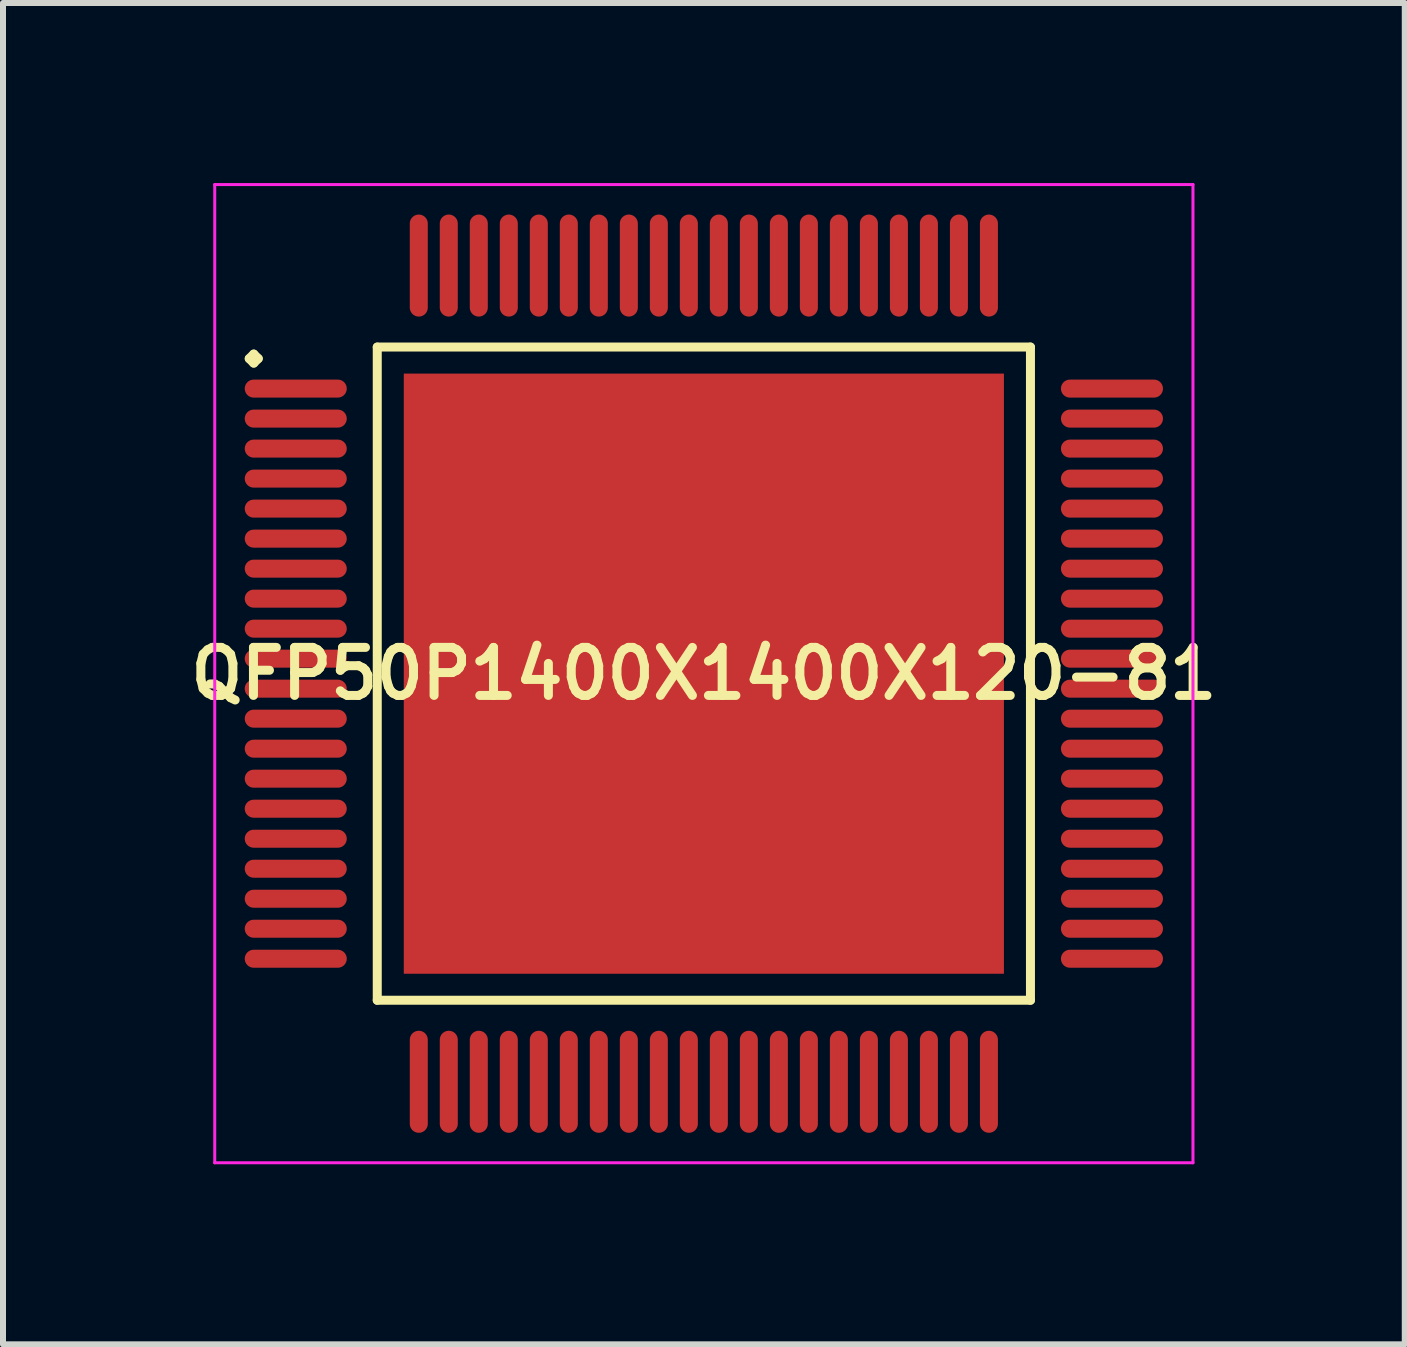
<source format=kicad_pcb>
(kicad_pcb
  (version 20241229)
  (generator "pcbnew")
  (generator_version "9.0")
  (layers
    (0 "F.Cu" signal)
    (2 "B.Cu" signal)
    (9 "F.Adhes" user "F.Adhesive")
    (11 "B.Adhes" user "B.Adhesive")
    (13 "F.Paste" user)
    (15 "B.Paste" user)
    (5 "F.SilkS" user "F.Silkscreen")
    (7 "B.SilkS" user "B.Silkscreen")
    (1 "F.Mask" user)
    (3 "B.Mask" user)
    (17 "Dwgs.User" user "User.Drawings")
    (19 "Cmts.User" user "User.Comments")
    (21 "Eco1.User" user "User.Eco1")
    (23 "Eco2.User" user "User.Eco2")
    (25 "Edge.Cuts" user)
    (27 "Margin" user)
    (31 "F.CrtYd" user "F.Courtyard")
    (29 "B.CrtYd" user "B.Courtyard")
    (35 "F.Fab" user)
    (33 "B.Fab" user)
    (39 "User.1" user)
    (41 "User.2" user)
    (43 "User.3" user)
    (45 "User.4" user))
  (footprint "QFP50P1400X1400X120-81"
    (layer "F.Cu")
    (at 8.678 8.175)
    (property "Reference" "QFP50P1400X1400X120-81" (at 0 0 0) (layer "F.SilkS") (effects (font (size 0.8 0.8) (thickness 0.15))))
    (attr smd)
    (fp_line (start -7.575 -5.25) (end -7.5 -5.325) (stroke (width 0.15) (type solid)) (layer "F.SilkS"))
    (fp_line (start -7.5 -5.325) (end -7.425 -5.25) (stroke (width 0.15) (type solid)) (layer "F.SilkS"))
    (fp_line (start -7.5 -5.175) (end -7.575 -5.25) (stroke (width 0.15) (type solid)) (layer "F.SilkS"))
    (fp_line (start -7.425 -5.25) (end -7.5 -5.175) (stroke (width 0.15) (type solid)) (layer "F.SilkS"))
    (fp_line (start -5.442 -5.442) (end -5.442 5.442) (stroke (width 0.15) (type solid)) (layer "F.SilkS"))
    (fp_line (start -5.442 5.442) (end 5.442 5.442) (stroke (width 0.15) (type solid)) (layer "F.SilkS"))
    (fp_line (start 5.442 -5.442) (end -5.442 -5.442) (stroke (width 0.15) (type solid)) (layer "F.SilkS"))
    (fp_line (start 5.442 5.442) (end 5.442 -5.442) (stroke (width 0.15) (type solid)) (layer "F.SilkS"))
    (fp_line (start -8.15 -8.15) (end 8.15 -8.15) (stroke (width 0.05) (type solid)) (layer "F.CrtYd"))
    (fp_line (start -8.15 8.15) (end -8.15 -8.15) (stroke (width 0.05) (type solid)) (layer "F.CrtYd"))
    (fp_line (start 8.15 -8.15) (end 8.15 8.15) (stroke (width 0.05) (type solid)) (layer "F.CrtYd"))
    (fp_line (start 8.15 8.15) (end -8.15 8.15) (stroke (width 0.05) (type solid)) (layer "F.CrtYd"))
    (pad "1" smd oval (at -6.8 -4.75) (size 1.7 0.3) (layers "F.Cu" "F.Mask" "F.Paste"))
    (pad "2" smd oval (at -6.8 -4.25) (size 1.7 0.3) (layers "F.Cu" "F.Mask" "F.Paste"))
    (pad "3" smd oval (at -6.8 -3.75) (size 1.7 0.3) (layers "F.Cu" "F.Mask" "F.Paste"))
    (pad "4" smd oval (at -6.8 -3.25) (size 1.7 0.3) (layers "F.Cu" "F.Mask" "F.Paste"))
    (pad "5" smd oval (at -6.8 -2.75) (size 1.7 0.3) (layers "F.Cu" "F.Mask" "F.Paste"))
    (pad "6" smd oval (at -6.8 -2.25) (size 1.7 0.3) (layers "F.Cu" "F.Mask" "F.Paste"))
    (pad "7" smd oval (at -6.8 -1.75) (size 1.7 0.3) (layers "F.Cu" "F.Mask" "F.Paste"))
    (pad "8" smd oval (at -6.8 -1.25) (size 1.7 0.3) (layers "F.Cu" "F.Mask" "F.Paste"))
    (pad "9" smd oval (at -6.8 -0.75) (size 1.7 0.3) (layers "F.Cu" "F.Mask" "F.Paste"))
    (pad "10" smd oval (at -6.8 -0.25) (size 1.7 0.3) (layers "F.Cu" "F.Mask" "F.Paste"))
    (pad "11" smd oval (at -6.8 0.25) (size 1.7 0.3) (layers "F.Cu" "F.Mask" "F.Paste"))
    (pad "12" smd oval (at -6.8 0.75) (size 1.7 0.3) (layers "F.Cu" "F.Mask" "F.Paste"))
    (pad "13" smd oval (at -6.8 1.25) (size 1.7 0.3) (layers "F.Cu" "F.Mask" "F.Paste"))
    (pad "14" smd oval (at -6.8 1.75) (size 1.7 0.3) (layers "F.Cu" "F.Mask" "F.Paste"))
    (pad "15" smd oval (at -6.8 2.25) (size 1.7 0.3) (layers "F.Cu" "F.Mask" "F.Paste"))
    (pad "16" smd oval (at -6.8 2.75) (size 1.7 0.3) (layers "F.Cu" "F.Mask" "F.Paste"))
    (pad "17" smd oval (at -6.8 3.25) (size 1.7 0.3) (layers "F.Cu" "F.Mask" "F.Paste"))
    (pad "18" smd oval (at -6.8 3.75) (size 1.7 0.3) (layers "F.Cu" "F.Mask" "F.Paste"))
    (pad "19" smd oval (at -6.8 4.25) (size 1.7 0.3) (layers "F.Cu" "F.Mask" "F.Paste"))
    (pad "20" smd oval (at -6.8 4.75) (size 1.7 0.3) (layers "F.Cu" "F.Mask" "F.Paste"))
    (pad "21" smd oval (at -4.75 6.8) (size 0.3 1.7) (layers "F.Cu" "F.Mask" "F.Paste"))
    (pad "22" smd oval (at -4.25 6.8) (size 0.3 1.7) (layers "F.Cu" "F.Mask" "F.Paste"))
    (pad "23" smd oval (at -3.75 6.8) (size 0.3 1.7) (layers "F.Cu" "F.Mask" "F.Paste"))
    (pad "24" smd oval (at -3.25 6.8) (size 0.3 1.7) (layers "F.Cu" "F.Mask" "F.Paste"))
    (pad "25" smd oval (at -2.75 6.8) (size 0.3 1.7) (layers "F.Cu" "F.Mask" "F.Paste"))
    (pad "26" smd oval (at -2.25 6.8) (size 0.3 1.7) (layers "F.Cu" "F.Mask" "F.Paste"))
    (pad "27" smd oval (at -1.75 6.8) (size 0.3 1.7) (layers "F.Cu" "F.Mask" "F.Paste"))
    (pad "28" smd oval (at -1.25 6.8) (size 0.3 1.7) (layers "F.Cu" "F.Mask" "F.Paste"))
    (pad "29" smd oval (at -0.75 6.8) (size 0.3 1.7) (layers "F.Cu" "F.Mask" "F.Paste"))
    (pad "30" smd oval (at -0.25 6.8) (size 0.3 1.7) (layers "F.Cu" "F.Mask" "F.Paste"))
    (pad "31" smd oval (at 0.25 6.8) (size 0.3 1.7) (layers "F.Cu" "F.Mask" "F.Paste"))
    (pad "32" smd oval (at 0.75 6.8) (size 0.3 1.7) (layers "F.Cu" "F.Mask" "F.Paste"))
    (pad "33" smd oval (at 1.25 6.8) (size 0.3 1.7) (layers "F.Cu" "F.Mask" "F.Paste"))
    (pad "34" smd oval (at 1.75 6.8) (size 0.3 1.7) (layers "F.Cu" "F.Mask" "F.Paste"))
    (pad "35" smd oval (at 2.25 6.8) (size 0.3 1.7) (layers "F.Cu" "F.Mask" "F.Paste"))
    (pad "36" smd oval (at 2.75 6.8) (size 0.3 1.7) (layers "F.Cu" "F.Mask" "F.Paste"))
    (pad "37" smd oval (at 3.25 6.8) (size 0.3 1.7) (layers "F.Cu" "F.Mask" "F.Paste"))
    (pad "38" smd oval (at 3.75 6.8) (size 0.3 1.7) (layers "F.Cu" "F.Mask" "F.Paste"))
    (pad "39" smd oval (at 4.25 6.8) (size 0.3 1.7) (layers "F.Cu" "F.Mask" "F.Paste"))
    (pad "40" smd oval (at 4.75 6.8) (size 0.3 1.7) (layers "F.Cu" "F.Mask" "F.Paste"))
    (pad "41" smd oval (at 6.8 4.75) (size 1.7 0.3) (layers "F.Cu" "F.Mask" "F.Paste"))
    (pad "42" smd oval (at 6.8 4.25) (size 1.7 0.3) (layers "F.Cu" "F.Mask" "F.Paste"))
    (pad "43" smd oval (at 6.8 3.75) (size 1.7 0.3) (layers "F.Cu" "F.Mask" "F.Paste"))
    (pad "44" smd oval (at 6.8 3.25) (size 1.7 0.3) (layers "F.Cu" "F.Mask" "F.Paste"))
    (pad "45" smd oval (at 6.8 2.75) (size 1.7 0.3) (layers "F.Cu" "F.Mask" "F.Paste"))
    (pad "46" smd oval (at 6.8 2.25) (size 1.7 0.3) (layers "F.Cu" "F.Mask" "F.Paste"))
    (pad "47" smd oval (at 6.8 1.75) (size 1.7 0.3) (layers "F.Cu" "F.Mask" "F.Paste"))
    (pad "48" smd oval (at 6.8 1.25) (size 1.7 0.3) (layers "F.Cu" "F.Mask" "F.Paste"))
    (pad "49" smd oval (at 6.8 0.75) (size 1.7 0.3) (layers "F.Cu" "F.Mask" "F.Paste"))
    (pad "50" smd oval (at 6.8 0.25) (size 1.7 0.3) (layers "F.Cu" "F.Mask" "F.Paste"))
    (pad "51" smd oval (at 6.8 -0.25) (size 1.7 0.3) (layers "F.Cu" "F.Mask" "F.Paste"))
    (pad "52" smd oval (at 6.8 -0.75) (size 1.7 0.3) (layers "F.Cu" "F.Mask" "F.Paste"))
    (pad "53" smd oval (at 6.8 -1.25) (size 1.7 0.3) (layers "F.Cu" "F.Mask" "F.Paste"))
    (pad "54" smd oval (at 6.8 -1.75) (size 1.7 0.3) (layers "F.Cu" "F.Mask" "F.Paste"))
    (pad "55" smd oval (at 6.8 -2.25) (size 1.7 0.3) (layers "F.Cu" "F.Mask" "F.Paste"))
    (pad "56" smd oval (at 6.8 -2.75) (size 1.7 0.3) (layers "F.Cu" "F.Mask" "F.Paste"))
    (pad "57" smd oval (at 6.8 -3.25) (size 1.7 0.3) (layers "F.Cu" "F.Mask" "F.Paste"))
    (pad "58" smd oval (at 6.8 -3.75) (size 1.7 0.3) (layers "F.Cu" "F.Mask" "F.Paste"))
    (pad "59" smd oval (at 6.8 -4.25) (size 1.7 0.3) (layers "F.Cu" "F.Mask" "F.Paste"))
    (pad "60" smd oval (at 6.8 -4.75) (size 1.7 0.3) (layers "F.Cu" "F.Mask" "F.Paste"))
    (pad "61" smd oval (at 4.75 -6.8) (size 0.3 1.7) (layers "F.Cu" "F.Mask" "F.Paste"))
    (pad "62" smd oval (at 4.25 -6.8) (size 0.3 1.7) (layers "F.Cu" "F.Mask" "F.Paste"))
    (pad "63" smd oval (at 3.75 -6.8) (size 0.3 1.7) (layers "F.Cu" "F.Mask" "F.Paste"))
    (pad "64" smd oval (at 3.25 -6.8) (size 0.3 1.7) (layers "F.Cu" "F.Mask" "F.Paste"))
    (pad "65" smd oval (at 2.75 -6.8) (size 0.3 1.7) (layers "F.Cu" "F.Mask" "F.Paste"))
    (pad "66" smd oval (at 2.25 -6.8) (size 0.3 1.7) (layers "F.Cu" "F.Mask" "F.Paste"))
    (pad "67" smd oval (at 1.75 -6.8) (size 0.3 1.7) (layers "F.Cu" "F.Mask" "F.Paste"))
    (pad "68" smd oval (at 1.25 -6.8) (size 0.3 1.7) (layers "F.Cu" "F.Mask" "F.Paste"))
    (pad "69" smd oval (at 0.75 -6.8) (size 0.3 1.7) (layers "F.Cu" "F.Mask" "F.Paste"))
    (pad "70" smd oval (at 0.25 -6.8) (size 0.3 1.7) (layers "F.Cu" "F.Mask" "F.Paste"))
    (pad "71" smd oval (at -0.25 -6.8) (size 0.3 1.7) (layers "F.Cu" "F.Mask" "F.Paste"))
    (pad "72" smd oval (at -0.75 -6.8) (size 0.3 1.7) (layers "F.Cu" "F.Mask" "F.Paste"))
    (pad "73" smd oval (at -1.25 -6.8) (size 0.3 1.7) (layers "F.Cu" "F.Mask" "F.Paste"))
    (pad "74" smd oval (at -1.75 -6.8) (size 0.3 1.7) (layers "F.Cu" "F.Mask" "F.Paste"))
    (pad "75" smd oval (at -2.25 -6.8) (size 0.3 1.7) (layers "F.Cu" "F.Mask" "F.Paste"))
    (pad "76" smd oval (at -2.75 -6.8) (size 0.3 1.7) (layers "F.Cu" "F.Mask" "F.Paste"))
    (pad "77" smd oval (at -3.25 -6.8) (size 0.3 1.7) (layers "F.Cu" "F.Mask" "F.Paste"))
    (pad "78" smd oval (at -3.75 -6.8) (size 0.3 1.7) (layers "F.Cu" "F.Mask" "F.Paste"))
    (pad "79" smd oval (at -4.25 -6.8) (size 0.3 1.7) (layers "F.Cu" "F.Mask" "F.Paste"))
    (pad "80" smd oval (at -4.75 -6.8) (size 0.3 1.7) (layers "F.Cu" "F.Mask" "F.Paste"))
    (pad "81" smd rect (at 0 0) (size 10 10) (layers "F.Cu" "F.Mask" "F.Paste")))
  (gr_rect
    (start -3 -3)
    (end 20.357 19.35)
    (stroke (width 0.1) (type default))
    (fill no)
    (layer "Edge.Cuts")))
</source>
